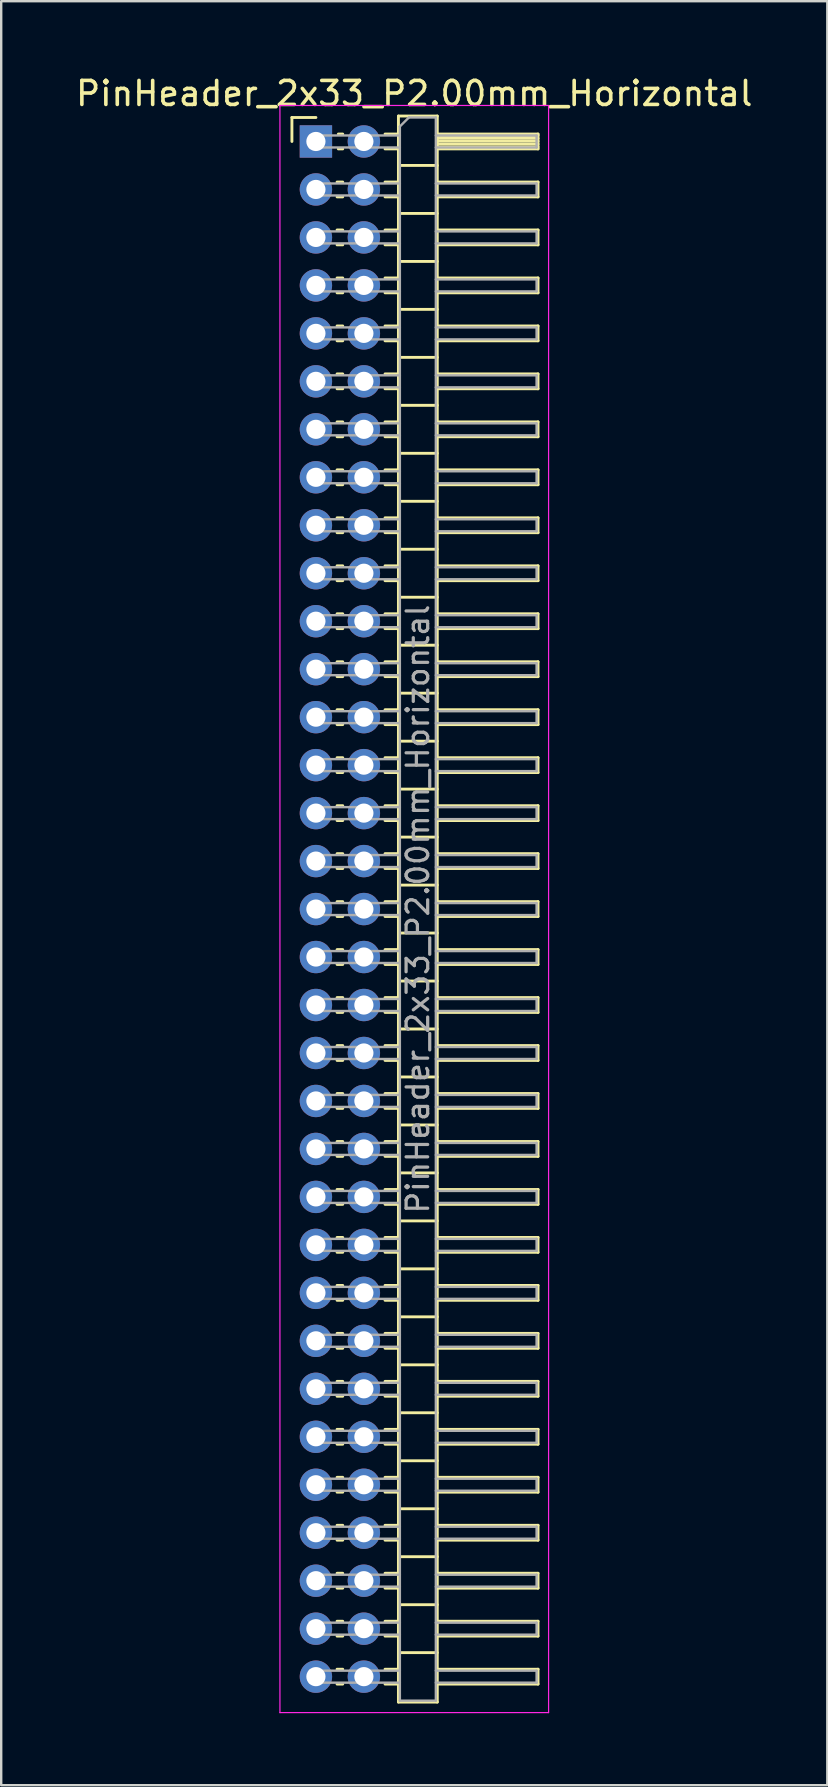
<source format=kicad_pcb>
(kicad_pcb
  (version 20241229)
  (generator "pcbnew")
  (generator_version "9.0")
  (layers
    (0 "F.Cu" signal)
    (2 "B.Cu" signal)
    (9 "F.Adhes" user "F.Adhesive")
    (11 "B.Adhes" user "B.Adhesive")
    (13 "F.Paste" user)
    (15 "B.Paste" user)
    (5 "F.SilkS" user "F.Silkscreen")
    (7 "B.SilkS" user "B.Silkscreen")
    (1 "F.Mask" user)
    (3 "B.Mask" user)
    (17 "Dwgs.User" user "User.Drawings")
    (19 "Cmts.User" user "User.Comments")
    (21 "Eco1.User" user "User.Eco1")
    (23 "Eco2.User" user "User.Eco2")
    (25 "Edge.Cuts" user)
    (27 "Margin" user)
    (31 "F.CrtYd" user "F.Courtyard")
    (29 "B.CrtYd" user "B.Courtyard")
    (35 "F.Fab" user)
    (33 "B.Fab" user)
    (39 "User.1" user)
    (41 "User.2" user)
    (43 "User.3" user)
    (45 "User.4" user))
  (footprint "PinHeader_2x33_P2.00mm_Horizontal"
    (layer "F.Cu")
    (at 10.12 2.848)
    (property "Reference" "PinHeader_2x33_P2.00mm_Horizontal" (at 4.1 -2 0) (layer "F.SilkS") (effects (font (size 1 1) (thickness 0.15))))
    (attr through_hole)
    (fp_line (start -1 -1) (end 0 -1) (stroke (width 0.12) (type solid)) (layer "F.SilkS"))
    (fp_line (start -1 0) (end -1 -1) (stroke (width 0.12) (type solid)) (layer "F.SilkS"))
    (fp_line (start 0.882 1.69) (end 1.118 1.69) (stroke (width 0.12) (type solid)) (layer "F.SilkS"))
    (fp_line (start 0.882 2.31) (end 1.118 2.31) (stroke (width 0.12) (type solid)) (layer "F.SilkS"))
    (fp_line (start 0.882 3.69) (end 1.118 3.69) (stroke (width 0.12) (type solid)) (layer "F.SilkS"))
    (fp_line (start 0.882 4.31) (end 1.118 4.31) (stroke (width 0.12) (type solid)) (layer "F.SilkS"))
    (fp_line (start 0.882 5.69) (end 1.118 5.69) (stroke (width 0.12) (type solid)) (layer "F.SilkS"))
    (fp_line (start 0.882 6.31) (end 1.118 6.31) (stroke (width 0.12) (type solid)) (layer "F.SilkS"))
    (fp_line (start 0.882 7.69) (end 1.118 7.69) (stroke (width 0.12) (type solid)) (layer "F.SilkS"))
    (fp_line (start 0.882 8.31) (end 1.118 8.31) (stroke (width 0.12) (type solid)) (layer "F.SilkS"))
    (fp_line (start 0.882 9.69) (end 1.118 9.69) (stroke (width 0.12) (type solid)) (layer "F.SilkS"))
    (fp_line (start 0.882 10.31) (end 1.118 10.31) (stroke (width 0.12) (type solid)) (layer "F.SilkS"))
    (fp_line (start 0.882 11.69) (end 1.118 11.69) (stroke (width 0.12) (type solid)) (layer "F.SilkS"))
    (fp_line (start 0.882 12.31) (end 1.118 12.31) (stroke (width 0.12) (type solid)) (layer "F.SilkS"))
    (fp_line (start 0.882 13.69) (end 1.118 13.69) (stroke (width 0.12) (type solid)) (layer "F.SilkS"))
    (fp_line (start 0.882 14.31) (end 1.118 14.31) (stroke (width 0.12) (type solid)) (layer "F.SilkS"))
    (fp_line (start 0.882 15.69) (end 1.118 15.69) (stroke (width 0.12) (type solid)) (layer "F.SilkS"))
    (fp_line (start 0.882 16.31) (end 1.118 16.31) (stroke (width 0.12) (type solid)) (layer "F.SilkS"))
    (fp_line (start 0.882 17.69) (end 1.118 17.69) (stroke (width 0.12) (type solid)) (layer "F.SilkS"))
    (fp_line (start 0.882 18.31) (end 1.118 18.31) (stroke (width 0.12) (type solid)) (layer "F.SilkS"))
    (fp_line (start 0.882 19.69) (end 1.118 19.69) (stroke (width 0.12) (type solid)) (layer "F.SilkS"))
    (fp_line (start 0.882 20.31) (end 1.118 20.31) (stroke (width 0.12) (type solid)) (layer "F.SilkS"))
    (fp_line (start 0.882 21.69) (end 1.118 21.69) (stroke (width 0.12) (type solid)) (layer "F.SilkS"))
    (fp_line (start 0.882 22.31) (end 1.118 22.31) (stroke (width 0.12) (type solid)) (layer "F.SilkS"))
    (fp_line (start 0.882 23.69) (end 1.118 23.69) (stroke (width 0.12) (type solid)) (layer "F.SilkS"))
    (fp_line (start 0.882 24.31) (end 1.118 24.31) (stroke (width 0.12) (type solid)) (layer "F.SilkS"))
    (fp_line (start 0.882 25.69) (end 1.118 25.69) (stroke (width 0.12) (type solid)) (layer "F.SilkS"))
    (fp_line (start 0.882 26.31) (end 1.118 26.31) (stroke (width 0.12) (type solid)) (layer "F.SilkS"))
    (fp_line (start 0.882 27.69) (end 1.118 27.69) (stroke (width 0.12) (type solid)) (layer "F.SilkS"))
    (fp_line (start 0.882 28.31) (end 1.118 28.31) (stroke (width 0.12) (type solid)) (layer "F.SilkS"))
    (fp_line (start 0.882 29.69) (end 1.118 29.69) (stroke (width 0.12) (type solid)) (layer "F.SilkS"))
    (fp_line (start 0.882 30.31) (end 1.118 30.31) (stroke (width 0.12) (type solid)) (layer "F.SilkS"))
    (fp_line (start 0.882 31.69) (end 1.118 31.69) (stroke (width 0.12) (type solid)) (layer "F.SilkS"))
    (fp_line (start 0.882 32.31) (end 1.118 32.31) (stroke (width 0.12) (type solid)) (layer "F.SilkS"))
    (fp_line (start 0.882 33.69) (end 1.118 33.69) (stroke (width 0.12) (type solid)) (layer "F.SilkS"))
    (fp_line (start 0.882 34.31) (end 1.118 34.31) (stroke (width 0.12) (type solid)) (layer "F.SilkS"))
    (fp_line (start 0.882 35.69) (end 1.118 35.69) (stroke (width 0.12) (type solid)) (layer "F.SilkS"))
    (fp_line (start 0.882 36.31) (end 1.118 36.31) (stroke (width 0.12) (type solid)) (layer "F.SilkS"))
    (fp_line (start 0.882 37.69) (end 1.118 37.69) (stroke (width 0.12) (type solid)) (layer "F.SilkS"))
    (fp_line (start 0.882 38.31) (end 1.118 38.31) (stroke (width 0.12) (type solid)) (layer "F.SilkS"))
    (fp_line (start 0.882 39.69) (end 1.118 39.69) (stroke (width 0.12) (type solid)) (layer "F.SilkS"))
    (fp_line (start 0.882 40.31) (end 1.118 40.31) (stroke (width 0.12) (type solid)) (layer "F.SilkS"))
    (fp_line (start 0.882 41.69) (end 1.118 41.69) (stroke (width 0.12) (type solid)) (layer "F.SilkS"))
    (fp_line (start 0.882 42.31) (end 1.118 42.31) (stroke (width 0.12) (type solid)) (layer "F.SilkS"))
    (fp_line (start 0.882 43.69) (end 1.118 43.69) (stroke (width 0.12) (type solid)) (layer "F.SilkS"))
    (fp_line (start 0.882 44.31) (end 1.118 44.31) (stroke (width 0.12) (type solid)) (layer "F.SilkS"))
    (fp_line (start 0.882 45.69) (end 1.118 45.69) (stroke (width 0.12) (type solid)) (layer "F.SilkS"))
    (fp_line (start 0.882 46.31) (end 1.118 46.31) (stroke (width 0.12) (type solid)) (layer "F.SilkS"))
    (fp_line (start 0.882 47.69) (end 1.118 47.69) (stroke (width 0.12) (type solid)) (layer "F.SilkS"))
    (fp_line (start 0.882 48.31) (end 1.118 48.31) (stroke (width 0.12) (type solid)) (layer "F.SilkS"))
    (fp_line (start 0.882 49.69) (end 1.118 49.69) (stroke (width 0.12) (type solid)) (layer "F.SilkS"))
    (fp_line (start 0.882 50.31) (end 1.118 50.31) (stroke (width 0.12) (type solid)) (layer "F.SilkS"))
    (fp_line (start 0.882 51.69) (end 1.118 51.69) (stroke (width 0.12) (type solid)) (layer "F.SilkS"))
    (fp_line (start 0.882 52.31) (end 1.118 52.31) (stroke (width 0.12) (type solid)) (layer "F.SilkS"))
    (fp_line (start 0.882 53.69) (end 1.118 53.69) (stroke (width 0.12) (type solid)) (layer "F.SilkS"))
    (fp_line (start 0.882 54.31) (end 1.118 54.31) (stroke (width 0.12) (type solid)) (layer "F.SilkS"))
    (fp_line (start 0.882 55.69) (end 1.118 55.69) (stroke (width 0.12) (type solid)) (layer "F.SilkS"))
    (fp_line (start 0.882 56.31) (end 1.118 56.31) (stroke (width 0.12) (type solid)) (layer "F.SilkS"))
    (fp_line (start 0.882 57.69) (end 1.118 57.69) (stroke (width 0.12) (type solid)) (layer "F.SilkS"))
    (fp_line (start 0.882 58.31) (end 1.118 58.31) (stroke (width 0.12) (type solid)) (layer "F.SilkS"))
    (fp_line (start 0.882 59.69) (end 1.118 59.69) (stroke (width 0.12) (type solid)) (layer "F.SilkS"))
    (fp_line (start 0.882 60.31) (end 1.118 60.31) (stroke (width 0.12) (type solid)) (layer "F.SilkS"))
    (fp_line (start 0.882 61.69) (end 1.118 61.69) (stroke (width 0.12) (type solid)) (layer "F.SilkS"))
    (fp_line (start 0.882 62.31) (end 1.118 62.31) (stroke (width 0.12) (type solid)) (layer "F.SilkS"))
    (fp_line (start 0.882 63.69) (end 1.118 63.69) (stroke (width 0.12) (type solid)) (layer "F.SilkS"))
    (fp_line (start 0.882 64.31) (end 1.118 64.31) (stroke (width 0.12) (type solid)) (layer "F.SilkS"))
    (fp_line (start 0.935 -0.31) (end 1.118 -0.31) (stroke (width 0.12) (type solid)) (layer "F.SilkS"))
    (fp_line (start 0.935 0.31) (end 1.118 0.31) (stroke (width 0.12) (type solid)) (layer "F.SilkS"))
    (fp_line (start 2.882 -0.31) (end 3.44 -0.31) (stroke (width 0.12) (type solid)) (layer "F.SilkS"))
    (fp_line (start 2.882 0.31) (end 3.44 0.31) (stroke (width 0.12) (type solid)) (layer "F.SilkS"))
    (fp_line (start 2.882 1.69) (end 3.44 1.69) (stroke (width 0.12) (type solid)) (layer "F.SilkS"))
    (fp_line (start 2.882 2.31) (end 3.44 2.31) (stroke (width 0.12) (type solid)) (layer "F.SilkS"))
    (fp_line (start 2.882 3.69) (end 3.44 3.69) (stroke (width 0.12) (type solid)) (layer "F.SilkS"))
    (fp_line (start 2.882 4.31) (end 3.44 4.31) (stroke (width 0.12) (type solid)) (layer "F.SilkS"))
    (fp_line (start 2.882 5.69) (end 3.44 5.69) (stroke (width 0.12) (type solid)) (layer "F.SilkS"))
    (fp_line (start 2.882 6.31) (end 3.44 6.31) (stroke (width 0.12) (type solid)) (layer "F.SilkS"))
    (fp_line (start 2.882 7.69) (end 3.44 7.69) (stroke (width 0.12) (type solid)) (layer "F.SilkS"))
    (fp_line (start 2.882 8.31) (end 3.44 8.31) (stroke (width 0.12) (type solid)) (layer "F.SilkS"))
    (fp_line (start 2.882 9.69) (end 3.44 9.69) (stroke (width 0.12) (type solid)) (layer "F.SilkS"))
    (fp_line (start 2.882 10.31) (end 3.44 10.31) (stroke (width 0.12) (type solid)) (layer "F.SilkS"))
    (fp_line (start 2.882 11.69) (end 3.44 11.69) (stroke (width 0.12) (type solid)) (layer "F.SilkS"))
    (fp_line (start 2.882 12.31) (end 3.44 12.31) (stroke (width 0.12) (type solid)) (layer "F.SilkS"))
    (fp_line (start 2.882 13.69) (end 3.44 13.69) (stroke (width 0.12) (type solid)) (layer "F.SilkS"))
    (fp_line (start 2.882 14.31) (end 3.44 14.31) (stroke (width 0.12) (type solid)) (layer "F.SilkS"))
    (fp_line (start 2.882 15.69) (end 3.44 15.69) (stroke (width 0.12) (type solid)) (layer "F.SilkS"))
    (fp_line (start 2.882 16.31) (end 3.44 16.31) (stroke (width 0.12) (type solid)) (layer "F.SilkS"))
    (fp_line (start 2.882 17.69) (end 3.44 17.69) (stroke (width 0.12) (type solid)) (layer "F.SilkS"))
    (fp_line (start 2.882 18.31) (end 3.44 18.31) (stroke (width 0.12) (type solid)) (layer "F.SilkS"))
    (fp_line (start 2.882 19.69) (end 3.44 19.69) (stroke (width 0.12) (type solid)) (layer "F.SilkS"))
    (fp_line (start 2.882 20.31) (end 3.44 20.31) (stroke (width 0.12) (type solid)) (layer "F.SilkS"))
    (fp_line (start 2.882 21.69) (end 3.44 21.69) (stroke (width 0.12) (type solid)) (layer "F.SilkS"))
    (fp_line (start 2.882 22.31) (end 3.44 22.31) (stroke (width 0.12) (type solid)) (layer "F.SilkS"))
    (fp_line (start 2.882 23.69) (end 3.44 23.69) (stroke (width 0.12) (type solid)) (layer "F.SilkS"))
    (fp_line (start 2.882 24.31) (end 3.44 24.31) (stroke (width 0.12) (type solid)) (layer "F.SilkS"))
    (fp_line (start 2.882 25.69) (end 3.44 25.69) (stroke (width 0.12) (type solid)) (layer "F.SilkS"))
    (fp_line (start 2.882 26.31) (end 3.44 26.31) (stroke (width 0.12) (type solid)) (layer "F.SilkS"))
    (fp_line (start 2.882 27.69) (end 3.44 27.69) (stroke (width 0.12) (type solid)) (layer "F.SilkS"))
    (fp_line (start 2.882 28.31) (end 3.44 28.31) (stroke (width 0.12) (type solid)) (layer "F.SilkS"))
    (fp_line (start 2.882 29.69) (end 3.44 29.69) (stroke (width 0.12) (type solid)) (layer "F.SilkS"))
    (fp_line (start 2.882 30.31) (end 3.44 30.31) (stroke (width 0.12) (type solid)) (layer "F.SilkS"))
    (fp_line (start 2.882 31.69) (end 3.44 31.69) (stroke (width 0.12) (type solid)) (layer "F.SilkS"))
    (fp_line (start 2.882 32.31) (end 3.44 32.31) (stroke (width 0.12) (type solid)) (layer "F.SilkS"))
    (fp_line (start 2.882 33.69) (end 3.44 33.69) (stroke (width 0.12) (type solid)) (layer "F.SilkS"))
    (fp_line (start 2.882 34.31) (end 3.44 34.31) (stroke (width 0.12) (type solid)) (layer "F.SilkS"))
    (fp_line (start 2.882 35.69) (end 3.44 35.69) (stroke (width 0.12) (type solid)) (layer "F.SilkS"))
    (fp_line (start 2.882 36.31) (end 3.44 36.31) (stroke (width 0.12) (type solid)) (layer "F.SilkS"))
    (fp_line (start 2.882 37.69) (end 3.44 37.69) (stroke (width 0.12) (type solid)) (layer "F.SilkS"))
    (fp_line (start 2.882 38.31) (end 3.44 38.31) (stroke (width 0.12) (type solid)) (layer "F.SilkS"))
    (fp_line (start 2.882 39.69) (end 3.44 39.69) (stroke (width 0.12) (type solid)) (layer "F.SilkS"))
    (fp_line (start 2.882 40.31) (end 3.44 40.31) (stroke (width 0.12) (type solid)) (layer "F.SilkS"))
    (fp_line (start 2.882 41.69) (end 3.44 41.69) (stroke (width 0.12) (type solid)) (layer "F.SilkS"))
    (fp_line (start 2.882 42.31) (end 3.44 42.31) (stroke (width 0.12) (type solid)) (layer "F.SilkS"))
    (fp_line (start 2.882 43.69) (end 3.44 43.69) (stroke (width 0.12) (type solid)) (layer "F.SilkS"))
    (fp_line (start 2.882 44.31) (end 3.44 44.31) (stroke (width 0.12) (type solid)) (layer "F.SilkS"))
    (fp_line (start 2.882 45.69) (end 3.44 45.69) (stroke (width 0.12) (type solid)) (layer "F.SilkS"))
    (fp_line (start 2.882 46.31) (end 3.44 46.31) (stroke (width 0.12) (type solid)) (layer "F.SilkS"))
    (fp_line (start 2.882 47.69) (end 3.44 47.69) (stroke (width 0.12) (type solid)) (layer "F.SilkS"))
    (fp_line (start 2.882 48.31) (end 3.44 48.31) (stroke (width 0.12) (type solid)) (layer "F.SilkS"))
    (fp_line (start 2.882 49.69) (end 3.44 49.69) (stroke (width 0.12) (type solid)) (layer "F.SilkS"))
    (fp_line (start 2.882 50.31) (end 3.44 50.31) (stroke (width 0.12) (type solid)) (layer "F.SilkS"))
    (fp_line (start 2.882 51.69) (end 3.44 51.69) (stroke (width 0.12) (type solid)) (layer "F.SilkS"))
    (fp_line (start 2.882 52.31) (end 3.44 52.31) (stroke (width 0.12) (type solid)) (layer "F.SilkS"))
    (fp_line (start 2.882 53.69) (end 3.44 53.69) (stroke (width 0.12) (type solid)) (layer "F.SilkS"))
    (fp_line (start 2.882 54.31) (end 3.44 54.31) (stroke (width 0.12) (type solid)) (layer "F.SilkS"))
    (fp_line (start 2.882 55.69) (end 3.44 55.69) (stroke (width 0.12) (type solid)) (layer "F.SilkS"))
    (fp_line (start 2.882 56.31) (end 3.44 56.31) (stroke (width 0.12) (type solid)) (layer "F.SilkS"))
    (fp_line (start 2.882 57.69) (end 3.44 57.69) (stroke (width 0.12) (type solid)) (layer "F.SilkS"))
    (fp_line (start 2.882 58.31) (end 3.44 58.31) (stroke (width 0.12) (type solid)) (layer "F.SilkS"))
    (fp_line (start 2.882 59.69) (end 3.44 59.69) (stroke (width 0.12) (type solid)) (layer "F.SilkS"))
    (fp_line (start 2.882 60.31) (end 3.44 60.31) (stroke (width 0.12) (type solid)) (layer "F.SilkS"))
    (fp_line (start 2.882 61.69) (end 3.44 61.69) (stroke (width 0.12) (type solid)) (layer "F.SilkS"))
    (fp_line (start 2.882 62.31) (end 3.44 62.31) (stroke (width 0.12) (type solid)) (layer "F.SilkS"))
    (fp_line (start 2.882 63.69) (end 3.44 63.69) (stroke (width 0.12) (type solid)) (layer "F.SilkS"))
    (fp_line (start 2.882 64.31) (end 3.44 64.31) (stroke (width 0.12) (type solid)) (layer "F.SilkS"))
    (fp_line (start 3.44 -1.06) (end 3.44 65.06) (stroke (width 0.12) (type solid)) (layer "F.SilkS"))
    (fp_line (start 3.44 1) (end 5.06 1) (stroke (width 0.12) (type solid)) (layer "F.SilkS"))
    (fp_line (start 3.44 3) (end 5.06 3) (stroke (width 0.12) (type solid)) (layer "F.SilkS"))
    (fp_line (start 3.44 5) (end 5.06 5) (stroke (width 0.12) (type solid)) (layer "F.SilkS"))
    (fp_line (start 3.44 7) (end 5.06 7) (stroke (width 0.12) (type solid)) (layer "F.SilkS"))
    (fp_line (start 3.44 9) (end 5.06 9) (stroke (width 0.12) (type solid)) (layer "F.SilkS"))
    (fp_line (start 3.44 11) (end 5.06 11) (stroke (width 0.12) (type solid)) (layer "F.SilkS"))
    (fp_line (start 3.44 13) (end 5.06 13) (stroke (width 0.12) (type solid)) (layer "F.SilkS"))
    (fp_line (start 3.44 15) (end 5.06 15) (stroke (width 0.12) (type solid)) (layer "F.SilkS"))
    (fp_line (start 3.44 17) (end 5.06 17) (stroke (width 0.12) (type solid)) (layer "F.SilkS"))
    (fp_line (start 3.44 19) (end 5.06 19) (stroke (width 0.12) (type solid)) (layer "F.SilkS"))
    (fp_line (start 3.44 21) (end 5.06 21) (stroke (width 0.12) (type solid)) (layer "F.SilkS"))
    (fp_line (start 3.44 23) (end 5.06 23) (stroke (width 0.12) (type solid)) (layer "F.SilkS"))
    (fp_line (start 3.44 25) (end 5.06 25) (stroke (width 0.12) (type solid)) (layer "F.SilkS"))
    (fp_line (start 3.44 27) (end 5.06 27) (stroke (width 0.12) (type solid)) (layer "F.SilkS"))
    (fp_line (start 3.44 29) (end 5.06 29) (stroke (width 0.12) (type solid)) (layer "F.SilkS"))
    (fp_line (start 3.44 31) (end 5.06 31) (stroke (width 0.12) (type solid)) (layer "F.SilkS"))
    (fp_line (start 3.44 33) (end 5.06 33) (stroke (width 0.12) (type solid)) (layer "F.SilkS"))
    (fp_line (start 3.44 35) (end 5.06 35) (stroke (width 0.12) (type solid)) (layer "F.SilkS"))
    (fp_line (start 3.44 37) (end 5.06 37) (stroke (width 0.12) (type solid)) (layer "F.SilkS"))
    (fp_line (start 3.44 39) (end 5.06 39) (stroke (width 0.12) (type solid)) (layer "F.SilkS"))
    (fp_line (start 3.44 41) (end 5.06 41) (stroke (width 0.12) (type solid)) (layer "F.SilkS"))
    (fp_line (start 3.44 43) (end 5.06 43) (stroke (width 0.12) (type solid)) (layer "F.SilkS"))
    (fp_line (start 3.44 45) (end 5.06 45) (stroke (width 0.12) (type solid)) (layer "F.SilkS"))
    (fp_line (start 3.44 47) (end 5.06 47) (stroke (width 0.12) (type solid)) (layer "F.SilkS"))
    (fp_line (start 3.44 49) (end 5.06 49) (stroke (width 0.12) (type solid)) (layer "F.SilkS"))
    (fp_line (start 3.44 51) (end 5.06 51) (stroke (width 0.12) (type solid)) (layer "F.SilkS"))
    (fp_line (start 3.44 53) (end 5.06 53) (stroke (width 0.12) (type solid)) (layer "F.SilkS"))
    (fp_line (start 3.44 55) (end 5.06 55) (stroke (width 0.12) (type solid)) (layer "F.SilkS"))
    (fp_line (start 3.44 57) (end 5.06 57) (stroke (width 0.12) (type solid)) (layer "F.SilkS"))
    (fp_line (start 3.44 59) (end 5.06 59) (stroke (width 0.12) (type solid)) (layer "F.SilkS"))
    (fp_line (start 3.44 61) (end 5.06 61) (stroke (width 0.12) (type solid)) (layer "F.SilkS"))
    (fp_line (start 3.44 63) (end 5.06 63) (stroke (width 0.12) (type solid)) (layer "F.SilkS"))
    (fp_line (start 3.44 65.06) (end 5.06 65.06) (stroke (width 0.12) (type solid)) (layer "F.SilkS"))
    (fp_line (start 5.06 -1.06) (end 3.44 -1.06) (stroke (width 0.12) (type solid)) (layer "F.SilkS"))
    (fp_line (start 5.06 -0.31) (end 9.26 -0.31) (stroke (width 0.12) (type solid)) (layer "F.SilkS"))
    (fp_line (start 5.06 -0.25) (end 9.26 -0.25) (stroke (width 0.12) (type solid)) (layer "F.SilkS"))
    (fp_line (start 5.06 -0.13) (end 9.26 -0.13) (stroke (width 0.12) (type solid)) (layer "F.SilkS"))
    (fp_line (start 5.06 -0.01) (end 9.26 -0.01) (stroke (width 0.12) (type solid)) (layer "F.SilkS"))
    (fp_line (start 5.06 0.11) (end 9.26 0.11) (stroke (width 0.12) (type solid)) (layer "F.SilkS"))
    (fp_line (start 5.06 0.23) (end 9.26 0.23) (stroke (width 0.12) (type solid)) (layer "F.SilkS"))
    (fp_line (start 5.06 1.69) (end 9.26 1.69) (stroke (width 0.12) (type solid)) (layer "F.SilkS"))
    (fp_line (start 5.06 3.69) (end 9.26 3.69) (stroke (width 0.12) (type solid)) (layer "F.SilkS"))
    (fp_line (start 5.06 5.69) (end 9.26 5.69) (stroke (width 0.12) (type solid)) (layer "F.SilkS"))
    (fp_line (start 5.06 7.69) (end 9.26 7.69) (stroke (width 0.12) (type solid)) (layer "F.SilkS"))
    (fp_line (start 5.06 9.69) (end 9.26 9.69) (stroke (width 0.12) (type solid)) (layer "F.SilkS"))
    (fp_line (start 5.06 11.69) (end 9.26 11.69) (stroke (width 0.12) (type solid)) (layer "F.SilkS"))
    (fp_line (start 5.06 13.69) (end 9.26 13.69) (stroke (width 0.12) (type solid)) (layer "F.SilkS"))
    (fp_line (start 5.06 15.69) (end 9.26 15.69) (stroke (width 0.12) (type solid)) (layer "F.SilkS"))
    (fp_line (start 5.06 17.69) (end 9.26 17.69) (stroke (width 0.12) (type solid)) (layer "F.SilkS"))
    (fp_line (start 5.06 19.69) (end 9.26 19.69) (stroke (width 0.12) (type solid)) (layer "F.SilkS"))
    (fp_line (start 5.06 21.69) (end 9.26 21.69) (stroke (width 0.12) (type solid)) (layer "F.SilkS"))
    (fp_line (start 5.06 23.69) (end 9.26 23.69) (stroke (width 0.12) (type solid)) (layer "F.SilkS"))
    (fp_line (start 5.06 25.69) (end 9.26 25.69) (stroke (width 0.12) (type solid)) (layer "F.SilkS"))
    (fp_line (start 5.06 27.69) (end 9.26 27.69) (stroke (width 0.12) (type solid)) (layer "F.SilkS"))
    (fp_line (start 5.06 29.69) (end 9.26 29.69) (stroke (width 0.12) (type solid)) (layer "F.SilkS"))
    (fp_line (start 5.06 31.69) (end 9.26 31.69) (stroke (width 0.12) (type solid)) (layer "F.SilkS"))
    (fp_line (start 5.06 33.69) (end 9.26 33.69) (stroke (width 0.12) (type solid)) (layer "F.SilkS"))
    (fp_line (start 5.06 35.69) (end 9.26 35.69) (stroke (width 0.12) (type solid)) (layer "F.SilkS"))
    (fp_line (start 5.06 37.69) (end 9.26 37.69) (stroke (width 0.12) (type solid)) (layer "F.SilkS"))
    (fp_line (start 5.06 39.69) (end 9.26 39.69) (stroke (width 0.12) (type solid)) (layer "F.SilkS"))
    (fp_line (start 5.06 41.69) (end 9.26 41.69) (stroke (width 0.12) (type solid)) (layer "F.SilkS"))
    (fp_line (start 5.06 43.69) (end 9.26 43.69) (stroke (width 0.12) (type solid)) (layer "F.SilkS"))
    (fp_line (start 5.06 45.69) (end 9.26 45.69) (stroke (width 0.12) (type solid)) (layer "F.SilkS"))
    (fp_line (start 5.06 47.69) (end 9.26 47.69) (stroke (width 0.12) (type solid)) (layer "F.SilkS"))
    (fp_line (start 5.06 49.69) (end 9.26 49.69) (stroke (width 0.12) (type solid)) (layer "F.SilkS"))
    (fp_line (start 5.06 51.69) (end 9.26 51.69) (stroke (width 0.12) (type solid)) (layer "F.SilkS"))
    (fp_line (start 5.06 53.69) (end 9.26 53.69) (stroke (width 0.12) (type solid)) (layer "F.SilkS"))
    (fp_line (start 5.06 55.69) (end 9.26 55.69) (stroke (width 0.12) (type solid)) (layer "F.SilkS"))
    (fp_line (start 5.06 57.69) (end 9.26 57.69) (stroke (width 0.12) (type solid)) (layer "F.SilkS"))
    (fp_line (start 5.06 59.69) (end 9.26 59.69) (stroke (width 0.12) (type solid)) (layer "F.SilkS"))
    (fp_line (start 5.06 61.69) (end 9.26 61.69) (stroke (width 0.12) (type solid)) (layer "F.SilkS"))
    (fp_line (start 5.06 63.69) (end 9.26 63.69) (stroke (width 0.12) (type solid)) (layer "F.SilkS"))
    (fp_line (start 5.06 65.06) (end 5.06 -1.06) (stroke (width 0.12) (type solid)) (layer "F.SilkS"))
    (fp_line (start 9.26 -0.31) (end 9.26 0.31) (stroke (width 0.12) (type solid)) (layer "F.SilkS"))
    (fp_line (start 9.26 0.31) (end 5.06 0.31) (stroke (width 0.12) (type solid)) (layer "F.SilkS"))
    (fp_line (start 9.26 1.69) (end 9.26 2.31) (stroke (width 0.12) (type solid)) (layer "F.SilkS"))
    (fp_line (start 9.26 2.31) (end 5.06 2.31) (stroke (width 0.12) (type solid)) (layer "F.SilkS"))
    (fp_line (start 9.26 3.69) (end 9.26 4.31) (stroke (width 0.12) (type solid)) (layer "F.SilkS"))
    (fp_line (start 9.26 4.31) (end 5.06 4.31) (stroke (width 0.12) (type solid)) (layer "F.SilkS"))
    (fp_line (start 9.26 5.69) (end 9.26 6.31) (stroke (width 0.12) (type solid)) (layer "F.SilkS"))
    (fp_line (start 9.26 6.31) (end 5.06 6.31) (stroke (width 0.12) (type solid)) (layer "F.SilkS"))
    (fp_line (start 9.26 7.69) (end 9.26 8.31) (stroke (width 0.12) (type solid)) (layer "F.SilkS"))
    (fp_line (start 9.26 8.31) (end 5.06 8.31) (stroke (width 0.12) (type solid)) (layer "F.SilkS"))
    (fp_line (start 9.26 9.69) (end 9.26 10.31) (stroke (width 0.12) (type solid)) (layer "F.SilkS"))
    (fp_line (start 9.26 10.31) (end 5.06 10.31) (stroke (width 0.12) (type solid)) (layer "F.SilkS"))
    (fp_line (start 9.26 11.69) (end 9.26 12.31) (stroke (width 0.12) (type solid)) (layer "F.SilkS"))
    (fp_line (start 9.26 12.31) (end 5.06 12.31) (stroke (width 0.12) (type solid)) (layer "F.SilkS"))
    (fp_line (start 9.26 13.69) (end 9.26 14.31) (stroke (width 0.12) (type solid)) (layer "F.SilkS"))
    (fp_line (start 9.26 14.31) (end 5.06 14.31) (stroke (width 0.12) (type solid)) (layer "F.SilkS"))
    (fp_line (start 9.26 15.69) (end 9.26 16.31) (stroke (width 0.12) (type solid)) (layer "F.SilkS"))
    (fp_line (start 9.26 16.31) (end 5.06 16.31) (stroke (width 0.12) (type solid)) (layer "F.SilkS"))
    (fp_line (start 9.26 17.69) (end 9.26 18.31) (stroke (width 0.12) (type solid)) (layer "F.SilkS"))
    (fp_line (start 9.26 18.31) (end 5.06 18.31) (stroke (width 0.12) (type solid)) (layer "F.SilkS"))
    (fp_line (start 9.26 19.69) (end 9.26 20.31) (stroke (width 0.12) (type solid)) (layer "F.SilkS"))
    (fp_line (start 9.26 20.31) (end 5.06 20.31) (stroke (width 0.12) (type solid)) (layer "F.SilkS"))
    (fp_line (start 9.26 21.69) (end 9.26 22.31) (stroke (width 0.12) (type solid)) (layer "F.SilkS"))
    (fp_line (start 9.26 22.31) (end 5.06 22.31) (stroke (width 0.12) (type solid)) (layer "F.SilkS"))
    (fp_line (start 9.26 23.69) (end 9.26 24.31) (stroke (width 0.12) (type solid)) (layer "F.SilkS"))
    (fp_line (start 9.26 24.31) (end 5.06 24.31) (stroke (width 0.12) (type solid)) (layer "F.SilkS"))
    (fp_line (start 9.26 25.69) (end 9.26 26.31) (stroke (width 0.12) (type solid)) (layer "F.SilkS"))
    (fp_line (start 9.26 26.31) (end 5.06 26.31) (stroke (width 0.12) (type solid)) (layer "F.SilkS"))
    (fp_line (start 9.26 27.69) (end 9.26 28.31) (stroke (width 0.12) (type solid)) (layer "F.SilkS"))
    (fp_line (start 9.26 28.31) (end 5.06 28.31) (stroke (width 0.12) (type solid)) (layer "F.SilkS"))
    (fp_line (start 9.26 29.69) (end 9.26 30.31) (stroke (width 0.12) (type solid)) (layer "F.SilkS"))
    (fp_line (start 9.26 30.31) (end 5.06 30.31) (stroke (width 0.12) (type solid)) (layer "F.SilkS"))
    (fp_line (start 9.26 31.69) (end 9.26 32.31) (stroke (width 0.12) (type solid)) (layer "F.SilkS"))
    (fp_line (start 9.26 32.31) (end 5.06 32.31) (stroke (width 0.12) (type solid)) (layer "F.SilkS"))
    (fp_line (start 9.26 33.69) (end 9.26 34.31) (stroke (width 0.12) (type solid)) (layer "F.SilkS"))
    (fp_line (start 9.26 34.31) (end 5.06 34.31) (stroke (width 0.12) (type solid)) (layer "F.SilkS"))
    (fp_line (start 9.26 35.69) (end 9.26 36.31) (stroke (width 0.12) (type solid)) (layer "F.SilkS"))
    (fp_line (start 9.26 36.31) (end 5.06 36.31) (stroke (width 0.12) (type solid)) (layer "F.SilkS"))
    (fp_line (start 9.26 37.69) (end 9.26 38.31) (stroke (width 0.12) (type solid)) (layer "F.SilkS"))
    (fp_line (start 9.26 38.31) (end 5.06 38.31) (stroke (width 0.12) (type solid)) (layer "F.SilkS"))
    (fp_line (start 9.26 39.69) (end 9.26 40.31) (stroke (width 0.12) (type solid)) (layer "F.SilkS"))
    (fp_line (start 9.26 40.31) (end 5.06 40.31) (stroke (width 0.12) (type solid)) (layer "F.SilkS"))
    (fp_line (start 9.26 41.69) (end 9.26 42.31) (stroke (width 0.12) (type solid)) (layer "F.SilkS"))
    (fp_line (start 9.26 42.31) (end 5.06 42.31) (stroke (width 0.12) (type solid)) (layer "F.SilkS"))
    (fp_line (start 9.26 43.69) (end 9.26 44.31) (stroke (width 0.12) (type solid)) (layer "F.SilkS"))
    (fp_line (start 9.26 44.31) (end 5.06 44.31) (stroke (width 0.12) (type solid)) (layer "F.SilkS"))
    (fp_line (start 9.26 45.69) (end 9.26 46.31) (stroke (width 0.12) (type solid)) (layer "F.SilkS"))
    (fp_line (start 9.26 46.31) (end 5.06 46.31) (stroke (width 0.12) (type solid)) (layer "F.SilkS"))
    (fp_line (start 9.26 47.69) (end 9.26 48.31) (stroke (width 0.12) (type solid)) (layer "F.SilkS"))
    (fp_line (start 9.26 48.31) (end 5.06 48.31) (stroke (width 0.12) (type solid)) (layer "F.SilkS"))
    (fp_line (start 9.26 49.69) (end 9.26 50.31) (stroke (width 0.12) (type solid)) (layer "F.SilkS"))
    (fp_line (start 9.26 50.31) (end 5.06 50.31) (stroke (width 0.12) (type solid)) (layer "F.SilkS"))
    (fp_line (start 9.26 51.69) (end 9.26 52.31) (stroke (width 0.12) (type solid)) (layer "F.SilkS"))
    (fp_line (start 9.26 52.31) (end 5.06 52.31) (stroke (width 0.12) (type solid)) (layer "F.SilkS"))
    (fp_line (start 9.26 53.69) (end 9.26 54.31) (stroke (width 0.12) (type solid)) (layer "F.SilkS"))
    (fp_line (start 9.26 54.31) (end 5.06 54.31) (stroke (width 0.12) (type solid)) (layer "F.SilkS"))
    (fp_line (start 9.26 55.69) (end 9.26 56.31) (stroke (width 0.12) (type solid)) (layer "F.SilkS"))
    (fp_line (start 9.26 56.31) (end 5.06 56.31) (stroke (width 0.12) (type solid)) (layer "F.SilkS"))
    (fp_line (start 9.26 57.69) (end 9.26 58.31) (stroke (width 0.12) (type solid)) (layer "F.SilkS"))
    (fp_line (start 9.26 58.31) (end 5.06 58.31) (stroke (width 0.12) (type solid)) (layer "F.SilkS"))
    (fp_line (start 9.26 59.69) (end 9.26 60.31) (stroke (width 0.12) (type solid)) (layer "F.SilkS"))
    (fp_line (start 9.26 60.31) (end 5.06 60.31) (stroke (width 0.12) (type solid)) (layer "F.SilkS"))
    (fp_line (start 9.26 61.69) (end 9.26 62.31) (stroke (width 0.12) (type solid)) (layer "F.SilkS"))
    (fp_line (start 9.26 62.31) (end 5.06 62.31) (stroke (width 0.12) (type solid)) (layer "F.SilkS"))
    (fp_line (start 9.26 63.69) (end 9.26 64.31) (stroke (width 0.12) (type solid)) (layer "F.SilkS"))
    (fp_line (start 9.26 64.31) (end 5.06 64.31) (stroke (width 0.12) (type solid)) (layer "F.SilkS"))
    (fp_line (start -1.5 -1.5) (end -1.5 65.5) (stroke (width 0.05) (type solid)) (layer "F.CrtYd"))
    (fp_line (start -1.5 65.5) (end 9.7 65.5) (stroke (width 0.05) (type solid)) (layer "F.CrtYd"))
    (fp_line (start 9.7 -1.5) (end -1.5 -1.5) (stroke (width 0.05) (type solid)) (layer "F.CrtYd"))
    (fp_line (start 9.7 65.5) (end 9.7 -1.5) (stroke (width 0.05) (type solid)) (layer "F.CrtYd"))
    (fp_line (start -0.25 -0.25) (end -0.25 0.25) (stroke (width 0.1) (type solid)) (layer "F.Fab"))
    (fp_line (start -0.25 -0.25) (end 3.5 -0.25) (stroke (width 0.1) (type solid)) (layer "F.Fab"))
    (fp_line (start -0.25 0.25) (end 3.5 0.25) (stroke (width 0.1) (type solid)) (layer "F.Fab"))
    (fp_line (start -0.25 1.75) (end -0.25 2.25) (stroke (width 0.1) (type solid)) (layer "F.Fab"))
    (fp_line (start -0.25 1.75) (end 3.5 1.75) (stroke (width 0.1) (type solid)) (layer "F.Fab"))
    (fp_line (start -0.25 2.25) (end 3.5 2.25) (stroke (width 0.1) (type solid)) (layer "F.Fab"))
    (fp_line (start -0.25 3.75) (end -0.25 4.25) (stroke (width 0.1) (type solid)) (layer "F.Fab"))
    (fp_line (start -0.25 3.75) (end 3.5 3.75) (stroke (width 0.1) (type solid)) (layer "F.Fab"))
    (fp_line (start -0.25 4.25) (end 3.5 4.25) (stroke (width 0.1) (type solid)) (layer "F.Fab"))
    (fp_line (start -0.25 5.75) (end -0.25 6.25) (stroke (width 0.1) (type solid)) (layer "F.Fab"))
    (fp_line (start -0.25 5.75) (end 3.5 5.75) (stroke (width 0.1) (type solid)) (layer "F.Fab"))
    (fp_line (start -0.25 6.25) (end 3.5 6.25) (stroke (width 0.1) (type solid)) (layer "F.Fab"))
    (fp_line (start -0.25 7.75) (end -0.25 8.25) (stroke (width 0.1) (type solid)) (layer "F.Fab"))
    (fp_line (start -0.25 7.75) (end 3.5 7.75) (stroke (width 0.1) (type solid)) (layer "F.Fab"))
    (fp_line (start -0.25 8.25) (end 3.5 8.25) (stroke (width 0.1) (type solid)) (layer "F.Fab"))
    (fp_line (start -0.25 9.75) (end -0.25 10.25) (stroke (width 0.1) (type solid)) (layer "F.Fab"))
    (fp_line (start -0.25 9.75) (end 3.5 9.75) (stroke (width 0.1) (type solid)) (layer "F.Fab"))
    (fp_line (start -0.25 10.25) (end 3.5 10.25) (stroke (width 0.1) (type solid)) (layer "F.Fab"))
    (fp_line (start -0.25 11.75) (end -0.25 12.25) (stroke (width 0.1) (type solid)) (layer "F.Fab"))
    (fp_line (start -0.25 11.75) (end 3.5 11.75) (stroke (width 0.1) (type solid)) (layer "F.Fab"))
    (fp_line (start -0.25 12.25) (end 3.5 12.25) (stroke (width 0.1) (type solid)) (layer "F.Fab"))
    (fp_line (start -0.25 13.75) (end -0.25 14.25) (stroke (width 0.1) (type solid)) (layer "F.Fab"))
    (fp_line (start -0.25 13.75) (end 3.5 13.75) (stroke (width 0.1) (type solid)) (layer "F.Fab"))
    (fp_line (start -0.25 14.25) (end 3.5 14.25) (stroke (width 0.1) (type solid)) (layer "F.Fab"))
    (fp_line (start -0.25 15.75) (end -0.25 16.25) (stroke (width 0.1) (type solid)) (layer "F.Fab"))
    (fp_line (start -0.25 15.75) (end 3.5 15.75) (stroke (width 0.1) (type solid)) (layer "F.Fab"))
    (fp_line (start -0.25 16.25) (end 3.5 16.25) (stroke (width 0.1) (type solid)) (layer "F.Fab"))
    (fp_line (start -0.25 17.75) (end -0.25 18.25) (stroke (width 0.1) (type solid)) (layer "F.Fab"))
    (fp_line (start -0.25 17.75) (end 3.5 17.75) (stroke (width 0.1) (type solid)) (layer "F.Fab"))
    (fp_line (start -0.25 18.25) (end 3.5 18.25) (stroke (width 0.1) (type solid)) (layer "F.Fab"))
    (fp_line (start -0.25 19.75) (end -0.25 20.25) (stroke (width 0.1) (type solid)) (layer "F.Fab"))
    (fp_line (start -0.25 19.75) (end 3.5 19.75) (stroke (width 0.1) (type solid)) (layer "F.Fab"))
    (fp_line (start -0.25 20.25) (end 3.5 20.25) (stroke (width 0.1) (type solid)) (layer "F.Fab"))
    (fp_line (start -0.25 21.75) (end -0.25 22.25) (stroke (width 0.1) (type solid)) (layer "F.Fab"))
    (fp_line (start -0.25 21.75) (end 3.5 21.75) (stroke (width 0.1) (type solid)) (layer "F.Fab"))
    (fp_line (start -0.25 22.25) (end 3.5 22.25) (stroke (width 0.1) (type solid)) (layer "F.Fab"))
    (fp_line (start -0.25 23.75) (end -0.25 24.25) (stroke (width 0.1) (type solid)) (layer "F.Fab"))
    (fp_line (start -0.25 23.75) (end 3.5 23.75) (stroke (width 0.1) (type solid)) (layer "F.Fab"))
    (fp_line (start -0.25 24.25) (end 3.5 24.25) (stroke (width 0.1) (type solid)) (layer "F.Fab"))
    (fp_line (start -0.25 25.75) (end -0.25 26.25) (stroke (width 0.1) (type solid)) (layer "F.Fab"))
    (fp_line (start -0.25 25.75) (end 3.5 25.75) (stroke (width 0.1) (type solid)) (layer "F.Fab"))
    (fp_line (start -0.25 26.25) (end 3.5 26.25) (stroke (width 0.1) (type solid)) (layer "F.Fab"))
    (fp_line (start -0.25 27.75) (end -0.25 28.25) (stroke (width 0.1) (type solid)) (layer "F.Fab"))
    (fp_line (start -0.25 27.75) (end 3.5 27.75) (stroke (width 0.1) (type solid)) (layer "F.Fab"))
    (fp_line (start -0.25 28.25) (end 3.5 28.25) (stroke (width 0.1) (type solid)) (layer "F.Fab"))
    (fp_line (start -0.25 29.75) (end -0.25 30.25) (stroke (width 0.1) (type solid)) (layer "F.Fab"))
    (fp_line (start -0.25 29.75) (end 3.5 29.75) (stroke (width 0.1) (type solid)) (layer "F.Fab"))
    (fp_line (start -0.25 30.25) (end 3.5 30.25) (stroke (width 0.1) (type solid)) (layer "F.Fab"))
    (fp_line (start -0.25 31.75) (end -0.25 32.25) (stroke (width 0.1) (type solid)) (layer "F.Fab"))
    (fp_line (start -0.25 31.75) (end 3.5 31.75) (stroke (width 0.1) (type solid)) (layer "F.Fab"))
    (fp_line (start -0.25 32.25) (end 3.5 32.25) (stroke (width 0.1) (type solid)) (layer "F.Fab"))
    (fp_line (start -0.25 33.75) (end -0.25 34.25) (stroke (width 0.1) (type solid)) (layer "F.Fab"))
    (fp_line (start -0.25 33.75) (end 3.5 33.75) (stroke (width 0.1) (type solid)) (layer "F.Fab"))
    (fp_line (start -0.25 34.25) (end 3.5 34.25) (stroke (width 0.1) (type solid)) (layer "F.Fab"))
    (fp_line (start -0.25 35.75) (end -0.25 36.25) (stroke (width 0.1) (type solid)) (layer "F.Fab"))
    (fp_line (start -0.25 35.75) (end 3.5 35.75) (stroke (width 0.1) (type solid)) (layer "F.Fab"))
    (fp_line (start -0.25 36.25) (end 3.5 36.25) (stroke (width 0.1) (type solid)) (layer "F.Fab"))
    (fp_line (start -0.25 37.75) (end -0.25 38.25) (stroke (width 0.1) (type solid)) (layer "F.Fab"))
    (fp_line (start -0.25 37.75) (end 3.5 37.75) (stroke (width 0.1) (type solid)) (layer "F.Fab"))
    (fp_line (start -0.25 38.25) (end 3.5 38.25) (stroke (width 0.1) (type solid)) (layer "F.Fab"))
    (fp_line (start -0.25 39.75) (end -0.25 40.25) (stroke (width 0.1) (type solid)) (layer "F.Fab"))
    (fp_line (start -0.25 39.75) (end 3.5 39.75) (stroke (width 0.1) (type solid)) (layer "F.Fab"))
    (fp_line (start -0.25 40.25) (end 3.5 40.25) (stroke (width 0.1) (type solid)) (layer "F.Fab"))
    (fp_line (start -0.25 41.75) (end -0.25 42.25) (stroke (width 0.1) (type solid)) (layer "F.Fab"))
    (fp_line (start -0.25 41.75) (end 3.5 41.75) (stroke (width 0.1) (type solid)) (layer "F.Fab"))
    (fp_line (start -0.25 42.25) (end 3.5 42.25) (stroke (width 0.1) (type solid)) (layer "F.Fab"))
    (fp_line (start -0.25 43.75) (end -0.25 44.25) (stroke (width 0.1) (type solid)) (layer "F.Fab"))
    (fp_line (start -0.25 43.75) (end 3.5 43.75) (stroke (width 0.1) (type solid)) (layer "F.Fab"))
    (fp_line (start -0.25 44.25) (end 3.5 44.25) (stroke (width 0.1) (type solid)) (layer "F.Fab"))
    (fp_line (start -0.25 45.75) (end -0.25 46.25) (stroke (width 0.1) (type solid)) (layer "F.Fab"))
    (fp_line (start -0.25 45.75) (end 3.5 45.75) (stroke (width 0.1) (type solid)) (layer "F.Fab"))
    (fp_line (start -0.25 46.25) (end 3.5 46.25) (stroke (width 0.1) (type solid)) (layer "F.Fab"))
    (fp_line (start -0.25 47.75) (end -0.25 48.25) (stroke (width 0.1) (type solid)) (layer "F.Fab"))
    (fp_line (start -0.25 47.75) (end 3.5 47.75) (stroke (width 0.1) (type solid)) (layer "F.Fab"))
    (fp_line (start -0.25 48.25) (end 3.5 48.25) (stroke (width 0.1) (type solid)) (layer "F.Fab"))
    (fp_line (start -0.25 49.75) (end -0.25 50.25) (stroke (width 0.1) (type solid)) (layer "F.Fab"))
    (fp_line (start -0.25 49.75) (end 3.5 49.75) (stroke (width 0.1) (type solid)) (layer "F.Fab"))
    (fp_line (start -0.25 50.25) (end 3.5 50.25) (stroke (width 0.1) (type solid)) (layer "F.Fab"))
    (fp_line (start -0.25 51.75) (end -0.25 52.25) (stroke (width 0.1) (type solid)) (layer "F.Fab"))
    (fp_line (start -0.25 51.75) (end 3.5 51.75) (stroke (width 0.1) (type solid)) (layer "F.Fab"))
    (fp_line (start -0.25 52.25) (end 3.5 52.25) (stroke (width 0.1) (type solid)) (layer "F.Fab"))
    (fp_line (start -0.25 53.75) (end -0.25 54.25) (stroke (width 0.1) (type solid)) (layer "F.Fab"))
    (fp_line (start -0.25 53.75) (end 3.5 53.75) (stroke (width 0.1) (type solid)) (layer "F.Fab"))
    (fp_line (start -0.25 54.25) (end 3.5 54.25) (stroke (width 0.1) (type solid)) (layer "F.Fab"))
    (fp_line (start -0.25 55.75) (end -0.25 56.25) (stroke (width 0.1) (type solid)) (layer "F.Fab"))
    (fp_line (start -0.25 55.75) (end 3.5 55.75) (stroke (width 0.1) (type solid)) (layer "F.Fab"))
    (fp_line (start -0.25 56.25) (end 3.5 56.25) (stroke (width 0.1) (type solid)) (layer "F.Fab"))
    (fp_line (start -0.25 57.75) (end -0.25 58.25) (stroke (width 0.1) (type solid)) (layer "F.Fab"))
    (fp_line (start -0.25 57.75) (end 3.5 57.75) (stroke (width 0.1) (type solid)) (layer "F.Fab"))
    (fp_line (start -0.25 58.25) (end 3.5 58.25) (stroke (width 0.1) (type solid)) (layer "F.Fab"))
    (fp_line (start -0.25 59.75) (end -0.25 60.25) (stroke (width 0.1) (type solid)) (layer "F.Fab"))
    (fp_line (start -0.25 59.75) (end 3.5 59.75) (stroke (width 0.1) (type solid)) (layer "F.Fab"))
    (fp_line (start -0.25 60.25) (end 3.5 60.25) (stroke (width 0.1) (type solid)) (layer "F.Fab"))
    (fp_line (start -0.25 61.75) (end -0.25 62.25) (stroke (width 0.1) (type solid)) (layer "F.Fab"))
    (fp_line (start -0.25 61.75) (end 3.5 61.75) (stroke (width 0.1) (type solid)) (layer "F.Fab"))
    (fp_line (start -0.25 62.25) (end 3.5 62.25) (stroke (width 0.1) (type solid)) (layer "F.Fab"))
    (fp_line (start -0.25 63.75) (end -0.25 64.25) (stroke (width 0.1) (type solid)) (layer "F.Fab"))
    (fp_line (start -0.25 63.75) (end 3.5 63.75) (stroke (width 0.1) (type solid)) (layer "F.Fab"))
    (fp_line (start -0.25 64.25) (end 3.5 64.25) (stroke (width 0.1) (type solid)) (layer "F.Fab"))
    (fp_line (start 3.5 -0.625) (end 3.875 -1) (stroke (width 0.1) (type solid)) (layer "F.Fab"))
    (fp_line (start 3.5 65) (end 3.5 -0.625) (stroke (width 0.1) (type solid)) (layer "F.Fab"))
    (fp_line (start 3.875 -1) (end 5 -1) (stroke (width 0.1) (type solid)) (layer "F.Fab"))
    (fp_line (start 5 -1) (end 5 65) (stroke (width 0.1) (type solid)) (layer "F.Fab"))
    (fp_line (start 5 -0.25) (end 9.2 -0.25) (stroke (width 0.1) (type solid)) (layer "F.Fab"))
    (fp_line (start 5 0.25) (end 9.2 0.25) (stroke (width 0.1) (type solid)) (layer "F.Fab"))
    (fp_line (start 5 1.75) (end 9.2 1.75) (stroke (width 0.1) (type solid)) (layer "F.Fab"))
    (fp_line (start 5 2.25) (end 9.2 2.25) (stroke (width 0.1) (type solid)) (layer "F.Fab"))
    (fp_line (start 5 3.75) (end 9.2 3.75) (stroke (width 0.1) (type solid)) (layer "F.Fab"))
    (fp_line (start 5 4.25) (end 9.2 4.25) (stroke (width 0.1) (type solid)) (layer "F.Fab"))
    (fp_line (start 5 5.75) (end 9.2 5.75) (stroke (width 0.1) (type solid)) (layer "F.Fab"))
    (fp_line (start 5 6.25) (end 9.2 6.25) (stroke (width 0.1) (type solid)) (layer "F.Fab"))
    (fp_line (start 5 7.75) (end 9.2 7.75) (stroke (width 0.1) (type solid)) (layer "F.Fab"))
    (fp_line (start 5 8.25) (end 9.2 8.25) (stroke (width 0.1) (type solid)) (layer "F.Fab"))
    (fp_line (start 5 9.75) (end 9.2 9.75) (stroke (width 0.1) (type solid)) (layer "F.Fab"))
    (fp_line (start 5 10.25) (end 9.2 10.25) (stroke (width 0.1) (type solid)) (layer "F.Fab"))
    (fp_line (start 5 11.75) (end 9.2 11.75) (stroke (width 0.1) (type solid)) (layer "F.Fab"))
    (fp_line (start 5 12.25) (end 9.2 12.25) (stroke (width 0.1) (type solid)) (layer "F.Fab"))
    (fp_line (start 5 13.75) (end 9.2 13.75) (stroke (width 0.1) (type solid)) (layer "F.Fab"))
    (fp_line (start 5 14.25) (end 9.2 14.25) (stroke (width 0.1) (type solid)) (layer "F.Fab"))
    (fp_line (start 5 15.75) (end 9.2 15.75) (stroke (width 0.1) (type solid)) (layer "F.Fab"))
    (fp_line (start 5 16.25) (end 9.2 16.25) (stroke (width 0.1) (type solid)) (layer "F.Fab"))
    (fp_line (start 5 17.75) (end 9.2 17.75) (stroke (width 0.1) (type solid)) (layer "F.Fab"))
    (fp_line (start 5 18.25) (end 9.2 18.25) (stroke (width 0.1) (type solid)) (layer "F.Fab"))
    (fp_line (start 5 19.75) (end 9.2 19.75) (stroke (width 0.1) (type solid)) (layer "F.Fab"))
    (fp_line (start 5 20.25) (end 9.2 20.25) (stroke (width 0.1) (type solid)) (layer "F.Fab"))
    (fp_line (start 5 21.75) (end 9.2 21.75) (stroke (width 0.1) (type solid)) (layer "F.Fab"))
    (fp_line (start 5 22.25) (end 9.2 22.25) (stroke (width 0.1) (type solid)) (layer "F.Fab"))
    (fp_line (start 5 23.75) (end 9.2 23.75) (stroke (width 0.1) (type solid)) (layer "F.Fab"))
    (fp_line (start 5 24.25) (end 9.2 24.25) (stroke (width 0.1) (type solid)) (layer "F.Fab"))
    (fp_line (start 5 25.75) (end 9.2 25.75) (stroke (width 0.1) (type solid)) (layer "F.Fab"))
    (fp_line (start 5 26.25) (end 9.2 26.25) (stroke (width 0.1) (type solid)) (layer "F.Fab"))
    (fp_line (start 5 27.75) (end 9.2 27.75) (stroke (width 0.1) (type solid)) (layer "F.Fab"))
    (fp_line (start 5 28.25) (end 9.2 28.25) (stroke (width 0.1) (type solid)) (layer "F.Fab"))
    (fp_line (start 5 29.75) (end 9.2 29.75) (stroke (width 0.1) (type solid)) (layer "F.Fab"))
    (fp_line (start 5 30.25) (end 9.2 30.25) (stroke (width 0.1) (type solid)) (layer "F.Fab"))
    (fp_line (start 5 31.75) (end 9.2 31.75) (stroke (width 0.1) (type solid)) (layer "F.Fab"))
    (fp_line (start 5 32.25) (end 9.2 32.25) (stroke (width 0.1) (type solid)) (layer "F.Fab"))
    (fp_line (start 5 33.75) (end 9.2 33.75) (stroke (width 0.1) (type solid)) (layer "F.Fab"))
    (fp_line (start 5 34.25) (end 9.2 34.25) (stroke (width 0.1) (type solid)) (layer "F.Fab"))
    (fp_line (start 5 35.75) (end 9.2 35.75) (stroke (width 0.1) (type solid)) (layer "F.Fab"))
    (fp_line (start 5 36.25) (end 9.2 36.25) (stroke (width 0.1) (type solid)) (layer "F.Fab"))
    (fp_line (start 5 37.75) (end 9.2 37.75) (stroke (width 0.1) (type solid)) (layer "F.Fab"))
    (fp_line (start 5 38.25) (end 9.2 38.25) (stroke (width 0.1) (type solid)) (layer "F.Fab"))
    (fp_line (start 5 39.75) (end 9.2 39.75) (stroke (width 0.1) (type solid)) (layer "F.Fab"))
    (fp_line (start 5 40.25) (end 9.2 40.25) (stroke (width 0.1) (type solid)) (layer "F.Fab"))
    (fp_line (start 5 41.75) (end 9.2 41.75) (stroke (width 0.1) (type solid)) (layer "F.Fab"))
    (fp_line (start 5 42.25) (end 9.2 42.25) (stroke (width 0.1) (type solid)) (layer "F.Fab"))
    (fp_line (start 5 43.75) (end 9.2 43.75) (stroke (width 0.1) (type solid)) (layer "F.Fab"))
    (fp_line (start 5 44.25) (end 9.2 44.25) (stroke (width 0.1) (type solid)) (layer "F.Fab"))
    (fp_line (start 5 45.75) (end 9.2 45.75) (stroke (width 0.1) (type solid)) (layer "F.Fab"))
    (fp_line (start 5 46.25) (end 9.2 46.25) (stroke (width 0.1) (type solid)) (layer "F.Fab"))
    (fp_line (start 5 47.75) (end 9.2 47.75) (stroke (width 0.1) (type solid)) (layer "F.Fab"))
    (fp_line (start 5 48.25) (end 9.2 48.25) (stroke (width 0.1) (type solid)) (layer "F.Fab"))
    (fp_line (start 5 49.75) (end 9.2 49.75) (stroke (width 0.1) (type solid)) (layer "F.Fab"))
    (fp_line (start 5 50.25) (end 9.2 50.25) (stroke (width 0.1) (type solid)) (layer "F.Fab"))
    (fp_line (start 5 51.75) (end 9.2 51.75) (stroke (width 0.1) (type solid)) (layer "F.Fab"))
    (fp_line (start 5 52.25) (end 9.2 52.25) (stroke (width 0.1) (type solid)) (layer "F.Fab"))
    (fp_line (start 5 53.75) (end 9.2 53.75) (stroke (width 0.1) (type solid)) (layer "F.Fab"))
    (fp_line (start 5 54.25) (end 9.2 54.25) (stroke (width 0.1) (type solid)) (layer "F.Fab"))
    (fp_line (start 5 55.75) (end 9.2 55.75) (stroke (width 0.1) (type solid)) (layer "F.Fab"))
    (fp_line (start 5 56.25) (end 9.2 56.25) (stroke (width 0.1) (type solid)) (layer "F.Fab"))
    (fp_line (start 5 57.75) (end 9.2 57.75) (stroke (width 0.1) (type solid)) (layer "F.Fab"))
    (fp_line (start 5 58.25) (end 9.2 58.25) (stroke (width 0.1) (type solid)) (layer "F.Fab"))
    (fp_line (start 5 59.75) (end 9.2 59.75) (stroke (width 0.1) (type solid)) (layer "F.Fab"))
    (fp_line (start 5 60.25) (end 9.2 60.25) (stroke (width 0.1) (type solid)) (layer "F.Fab"))
    (fp_line (start 5 61.75) (end 9.2 61.75) (stroke (width 0.1) (type solid)) (layer "F.Fab"))
    (fp_line (start 5 62.25) (end 9.2 62.25) (stroke (width 0.1) (type solid)) (layer "F.Fab"))
    (fp_line (start 5 63.75) (end 9.2 63.75) (stroke (width 0.1) (type solid)) (layer "F.Fab"))
    (fp_line (start 5 64.25) (end 9.2 64.25) (stroke (width 0.1) (type solid)) (layer "F.Fab"))
    (fp_line (start 5 65) (end 3.5 65) (stroke (width 0.1) (type solid)) (layer "F.Fab"))
    (fp_line (start 9.2 -0.25) (end 9.2 0.25) (stroke (width 0.1) (type solid)) (layer "F.Fab"))
    (fp_line (start 9.2 1.75) (end 9.2 2.25) (stroke (width 0.1) (type solid)) (layer "F.Fab"))
    (fp_line (start 9.2 3.75) (end 9.2 4.25) (stroke (width 0.1) (type solid)) (layer "F.Fab"))
    (fp_line (start 9.2 5.75) (end 9.2 6.25) (stroke (width 0.1) (type solid)) (layer "F.Fab"))
    (fp_line (start 9.2 7.75) (end 9.2 8.25) (stroke (width 0.1) (type solid)) (layer "F.Fab"))
    (fp_line (start 9.2 9.75) (end 9.2 10.25) (stroke (width 0.1) (type solid)) (layer "F.Fab"))
    (fp_line (start 9.2 11.75) (end 9.2 12.25) (stroke (width 0.1) (type solid)) (layer "F.Fab"))
    (fp_line (start 9.2 13.75) (end 9.2 14.25) (stroke (width 0.1) (type solid)) (layer "F.Fab"))
    (fp_line (start 9.2 15.75) (end 9.2 16.25) (stroke (width 0.1) (type solid)) (layer "F.Fab"))
    (fp_line (start 9.2 17.75) (end 9.2 18.25) (stroke (width 0.1) (type solid)) (layer "F.Fab"))
    (fp_line (start 9.2 19.75) (end 9.2 20.25) (stroke (width 0.1) (type solid)) (layer "F.Fab"))
    (fp_line (start 9.2 21.75) (end 9.2 22.25) (stroke (width 0.1) (type solid)) (layer "F.Fab"))
    (fp_line (start 9.2 23.75) (end 9.2 24.25) (stroke (width 0.1) (type solid)) (layer "F.Fab"))
    (fp_line (start 9.2 25.75) (end 9.2 26.25) (stroke (width 0.1) (type solid)) (layer "F.Fab"))
    (fp_line (start 9.2 27.75) (end 9.2 28.25) (stroke (width 0.1) (type solid)) (layer "F.Fab"))
    (fp_line (start 9.2 29.75) (end 9.2 30.25) (stroke (width 0.1) (type solid)) (layer "F.Fab"))
    (fp_line (start 9.2 31.75) (end 9.2 32.25) (stroke (width 0.1) (type solid)) (layer "F.Fab"))
    (fp_line (start 9.2 33.75) (end 9.2 34.25) (stroke (width 0.1) (type solid)) (layer "F.Fab"))
    (fp_line (start 9.2 35.75) (end 9.2 36.25) (stroke (width 0.1) (type solid)) (layer "F.Fab"))
    (fp_line (start 9.2 37.75) (end 9.2 38.25) (stroke (width 0.1) (type solid)) (layer "F.Fab"))
    (fp_line (start 9.2 39.75) (end 9.2 40.25) (stroke (width 0.1) (type solid)) (layer "F.Fab"))
    (fp_line (start 9.2 41.75) (end 9.2 42.25) (stroke (width 0.1) (type solid)) (layer "F.Fab"))
    (fp_line (start 9.2 43.75) (end 9.2 44.25) (stroke (width 0.1) (type solid)) (layer "F.Fab"))
    (fp_line (start 9.2 45.75) (end 9.2 46.25) (stroke (width 0.1) (type solid)) (layer "F.Fab"))
    (fp_line (start 9.2 47.75) (end 9.2 48.25) (stroke (width 0.1) (type solid)) (layer "F.Fab"))
    (fp_line (start 9.2 49.75) (end 9.2 50.25) (stroke (width 0.1) (type solid)) (layer "F.Fab"))
    (fp_line (start 9.2 51.75) (end 9.2 52.25) (stroke (width 0.1) (type solid)) (layer "F.Fab"))
    (fp_line (start 9.2 53.75) (end 9.2 54.25) (stroke (width 0.1) (type solid)) (layer "F.Fab"))
    (fp_line (start 9.2 55.75) (end 9.2 56.25) (stroke (width 0.1) (type solid)) (layer "F.Fab"))
    (fp_line (start 9.2 57.75) (end 9.2 58.25) (stroke (width 0.1) (type solid)) (layer "F.Fab"))
    (fp_line (start 9.2 59.75) (end 9.2 60.25) (stroke (width 0.1) (type solid)) (layer "F.Fab"))
    (fp_line (start 9.2 61.75) (end 9.2 62.25) (stroke (width 0.1) (type solid)) (layer "F.Fab"))
    (fp_line (start 9.2 63.75) (end 9.2 64.25) (stroke (width 0.1) (type solid)) (layer "F.Fab"))
    (fp_text user "${REFERENCE}" (at 4.25 32 90) (layer "F.Fab") (effects (font (size 0.9 0.9) (thickness 0.135))))
    (pad "1" thru_hole rect (at 0 0) (size 1.35 1.35) (drill 0.8) (layers "*.Cu" "*.Mask"))
    (pad "2" thru_hole oval (at 2 0) (size 1.35 1.35) (drill 0.8) (layers "*.Cu" "*.Mask"))
    (pad "3" thru_hole oval (at 0 2) (size 1.35 1.35) (drill 0.8) (layers "*.Cu" "*.Mask"))
    (pad "4" thru_hole oval (at 2 2) (size 1.35 1.35) (drill 0.8) (layers "*.Cu" "*.Mask"))
    (pad "5" thru_hole oval (at 0 4) (size 1.35 1.35) (drill 0.8) (layers "*.Cu" "*.Mask"))
    (pad "6" thru_hole oval (at 2 4) (size 1.35 1.35) (drill 0.8) (layers "*.Cu" "*.Mask"))
    (pad "7" thru_hole oval (at 0 6) (size 1.35 1.35) (drill 0.8) (layers "*.Cu" "*.Mask"))
    (pad "8" thru_hole oval (at 2 6) (size 1.35 1.35) (drill 0.8) (layers "*.Cu" "*.Mask"))
    (pad "9" thru_hole oval (at 0 8) (size 1.35 1.35) (drill 0.8) (layers "*.Cu" "*.Mask"))
    (pad "10" thru_hole oval (at 2 8) (size 1.35 1.35) (drill 0.8) (layers "*.Cu" "*.Mask"))
    (pad "11" thru_hole oval (at 0 10) (size 1.35 1.35) (drill 0.8) (layers "*.Cu" "*.Mask"))
    (pad "12" thru_hole oval (at 2 10) (size 1.35 1.35) (drill 0.8) (layers "*.Cu" "*.Mask"))
    (pad "13" thru_hole oval (at 0 12) (size 1.35 1.35) (drill 0.8) (layers "*.Cu" "*.Mask"))
    (pad "14" thru_hole oval (at 2 12) (size 1.35 1.35) (drill 0.8) (layers "*.Cu" "*.Mask"))
    (pad "15" thru_hole oval (at 0 14) (size 1.35 1.35) (drill 0.8) (layers "*.Cu" "*.Mask"))
    (pad "16" thru_hole oval (at 2 14) (size 1.35 1.35) (drill 0.8) (layers "*.Cu" "*.Mask"))
    (pad "17" thru_hole oval (at 0 16) (size 1.35 1.35) (drill 0.8) (layers "*.Cu" "*.Mask"))
    (pad "18" thru_hole oval (at 2 16) (size 1.35 1.35) (drill 0.8) (layers "*.Cu" "*.Mask"))
    (pad "19" thru_hole oval (at 0 18) (size 1.35 1.35) (drill 0.8) (layers "*.Cu" "*.Mask"))
    (pad "20" thru_hole oval (at 2 18) (size 1.35 1.35) (drill 0.8) (layers "*.Cu" "*.Mask"))
    (pad "21" thru_hole oval (at 0 20) (size 1.35 1.35) (drill 0.8) (layers "*.Cu" "*.Mask"))
    (pad "22" thru_hole oval (at 2 20) (size 1.35 1.35) (drill 0.8) (layers "*.Cu" "*.Mask"))
    (pad "23" thru_hole oval (at 0 22) (size 1.35 1.35) (drill 0.8) (layers "*.Cu" "*.Mask"))
    (pad "24" thru_hole oval (at 2 22) (size 1.35 1.35) (drill 0.8) (layers "*.Cu" "*.Mask"))
    (pad "25" thru_hole oval (at 0 24) (size 1.35 1.35) (drill 0.8) (layers "*.Cu" "*.Mask"))
    (pad "26" thru_hole oval (at 2 24) (size 1.35 1.35) (drill 0.8) (layers "*.Cu" "*.Mask"))
    (pad "27" thru_hole oval (at 0 26) (size 1.35 1.35) (drill 0.8) (layers "*.Cu" "*.Mask"))
    (pad "28" thru_hole oval (at 2 26) (size 1.35 1.35) (drill 0.8) (layers "*.Cu" "*.Mask"))
    (pad "29" thru_hole oval (at 0 28) (size 1.35 1.35) (drill 0.8) (layers "*.Cu" "*.Mask"))
    (pad "30" thru_hole oval (at 2 28) (size 1.35 1.35) (drill 0.8) (layers "*.Cu" "*.Mask"))
    (pad "31" thru_hole oval (at 0 30) (size 1.35 1.35) (drill 0.8) (layers "*.Cu" "*.Mask"))
    (pad "32" thru_hole oval (at 2 30) (size 1.35 1.35) (drill 0.8) (layers "*.Cu" "*.Mask"))
    (pad "33" thru_hole oval (at 0 32) (size 1.35 1.35) (drill 0.8) (layers "*.Cu" "*.Mask"))
    (pad "34" thru_hole oval (at 2 32) (size 1.35 1.35) (drill 0.8) (layers "*.Cu" "*.Mask"))
    (pad "35" thru_hole oval (at 0 34) (size 1.35 1.35) (drill 0.8) (layers "*.Cu" "*.Mask"))
    (pad "36" thru_hole oval (at 2 34) (size 1.35 1.35) (drill 0.8) (layers "*.Cu" "*.Mask"))
    (pad "37" thru_hole oval (at 0 36) (size 1.35 1.35) (drill 0.8) (layers "*.Cu" "*.Mask"))
    (pad "38" thru_hole oval (at 2 36) (size 1.35 1.35) (drill 0.8) (layers "*.Cu" "*.Mask"))
    (pad "39" thru_hole oval (at 0 38) (size 1.35 1.35) (drill 0.8) (layers "*.Cu" "*.Mask"))
    (pad "40" thru_hole oval (at 2 38) (size 1.35 1.35) (drill 0.8) (layers "*.Cu" "*.Mask"))
    (pad "41" thru_hole oval (at 0 40) (size 1.35 1.35) (drill 0.8) (layers "*.Cu" "*.Mask"))
    (pad "42" thru_hole oval (at 2 40) (size 1.35 1.35) (drill 0.8) (layers "*.Cu" "*.Mask"))
    (pad "43" thru_hole oval (at 0 42) (size 1.35 1.35) (drill 0.8) (layers "*.Cu" "*.Mask"))
    (pad "44" thru_hole oval (at 2 42) (size 1.35 1.35) (drill 0.8) (layers "*.Cu" "*.Mask"))
    (pad "45" thru_hole oval (at 0 44) (size 1.35 1.35) (drill 0.8) (layers "*.Cu" "*.Mask"))
    (pad "46" thru_hole oval (at 2 44) (size 1.35 1.35) (drill 0.8) (layers "*.Cu" "*.Mask"))
    (pad "47" thru_hole oval (at 0 46) (size 1.35 1.35) (drill 0.8) (layers "*.Cu" "*.Mask"))
    (pad "48" thru_hole oval (at 2 46) (size 1.35 1.35) (drill 0.8) (layers "*.Cu" "*.Mask"))
    (pad "49" thru_hole oval (at 0 48) (size 1.35 1.35) (drill 0.8) (layers "*.Cu" "*.Mask"))
    (pad "50" thru_hole oval (at 2 48) (size 1.35 1.35) (drill 0.8) (layers "*.Cu" "*.Mask"))
    (pad "51" thru_hole oval (at 0 50) (size 1.35 1.35) (drill 0.8) (layers "*.Cu" "*.Mask"))
    (pad "52" thru_hole oval (at 2 50) (size 1.35 1.35) (drill 0.8) (layers "*.Cu" "*.Mask"))
    (pad "53" thru_hole oval (at 0 52) (size 1.35 1.35) (drill 0.8) (layers "*.Cu" "*.Mask"))
    (pad "54" thru_hole oval (at 2 52) (size 1.35 1.35) (drill 0.8) (layers "*.Cu" "*.Mask"))
    (pad "55" thru_hole oval (at 0 54) (size 1.35 1.35) (drill 0.8) (layers "*.Cu" "*.Mask"))
    (pad "56" thru_hole oval (at 2 54) (size 1.35 1.35) (drill 0.8) (layers "*.Cu" "*.Mask"))
    (pad "57" thru_hole oval (at 0 56) (size 1.35 1.35) (drill 0.8) (layers "*.Cu" "*.Mask"))
    (pad "58" thru_hole oval (at 2 56) (size 1.35 1.35) (drill 0.8) (layers "*.Cu" "*.Mask"))
    (pad "59" thru_hole oval (at 0 58) (size 1.35 1.35) (drill 0.8) (layers "*.Cu" "*.Mask"))
    (pad "60" thru_hole oval (at 2 58) (size 1.35 1.35) (drill 0.8) (layers "*.Cu" "*.Mask"))
    (pad "61" thru_hole oval (at 0 60) (size 1.35 1.35) (drill 0.8) (layers "*.Cu" "*.Mask"))
    (pad "62" thru_hole oval (at 2 60) (size 1.35 1.35) (drill 0.8) (layers "*.Cu" "*.Mask"))
    (pad "63" thru_hole oval (at 0 62) (size 1.35 1.35) (drill 0.8) (layers "*.Cu" "*.Mask"))
    (pad "64" thru_hole oval (at 2 62) (size 1.35 1.35) (drill 0.8) (layers "*.Cu" "*.Mask"))
    (pad "65" thru_hole oval (at 0 64) (size 1.35 1.35) (drill 0.8) (layers "*.Cu" "*.Mask"))
    (pad "66" thru_hole oval (at 2 64) (size 1.35 1.35) (drill 0.8) (layers "*.Cu" "*.Mask")))
  (gr_rect
    (start -3 -3)
    (end 31.44 71.373)
    (stroke (width 0.1) (type default))
    (fill no)
    (layer "Edge.Cuts")))
</source>
